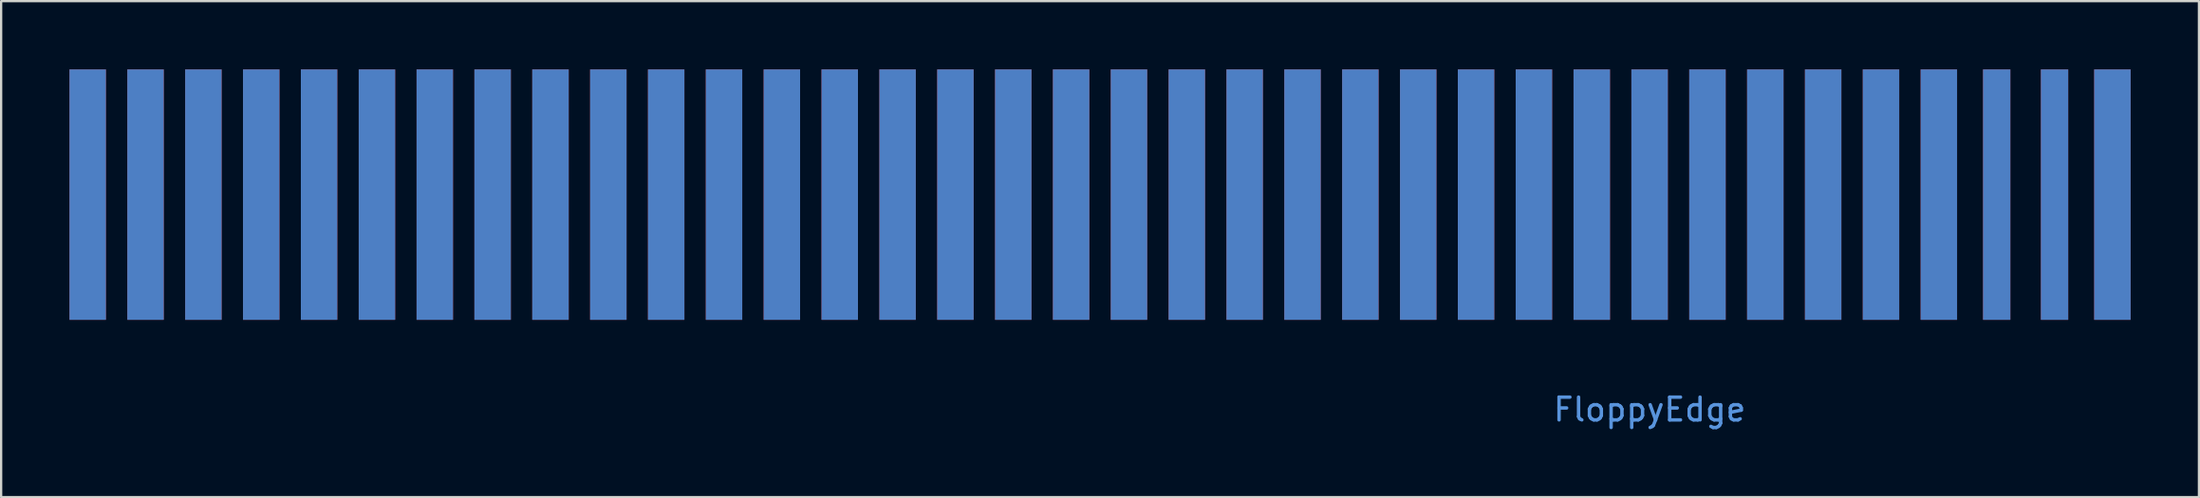
<source format=kicad_pcb>
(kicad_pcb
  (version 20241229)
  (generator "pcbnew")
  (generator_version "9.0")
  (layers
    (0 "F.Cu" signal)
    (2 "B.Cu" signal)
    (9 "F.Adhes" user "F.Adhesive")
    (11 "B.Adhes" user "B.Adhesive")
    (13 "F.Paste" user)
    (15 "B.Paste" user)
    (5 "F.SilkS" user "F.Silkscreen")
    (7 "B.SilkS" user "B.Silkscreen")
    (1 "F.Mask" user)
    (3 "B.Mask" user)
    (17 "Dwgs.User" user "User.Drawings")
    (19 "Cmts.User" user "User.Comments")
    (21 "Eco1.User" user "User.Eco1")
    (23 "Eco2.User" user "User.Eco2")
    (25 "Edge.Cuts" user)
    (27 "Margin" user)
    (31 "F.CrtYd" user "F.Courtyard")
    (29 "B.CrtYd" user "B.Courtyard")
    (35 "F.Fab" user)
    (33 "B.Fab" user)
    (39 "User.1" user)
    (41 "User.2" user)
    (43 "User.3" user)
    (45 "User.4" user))
  (footprint "FloppyEdge"
    (layer "F.Cu")
    (at 69.38 13.12)
    (property "Reference" "FloppyEdge" (at 0 1.821 0) (layer "Cmts.User") (effects (font (size 1 1) (thickness 0.15))))
    (attr smd)
    (pad "1" smd rect (at 20.32 -7.62) (size 1.6 11) (layers "F.Cu" "F.Mask" "F.Paste"))
    (pad "2" smd rect (at 20.32 -7.62) (size 1.6 11) (layers "B.Cu" "B.Mask" "B.Paste"))
    (pad "3" smd rect (at 17.78 -7.62) (size 1.2 11) (layers "F.Cu" "F.Mask" "F.Paste"))
    (pad "4" smd rect (at 17.78 -7.62) (size 1.2 11) (layers "B.Cu" "B.Mask" "B.Paste"))
    (pad "5" smd rect (at 15.24 -7.62) (size 1.2 11) (layers "F.Cu" "F.Mask" "F.Paste"))
    (pad "6" smd rect (at 15.24 -7.62) (size 1.2 11) (layers "B.Cu" "B.Mask" "B.Paste"))
    (pad "7" smd rect (at 12.7 -7.62) (size 1.6 11) (layers "F.Cu" "F.Mask" "F.Paste"))
    (pad "8" smd rect (at 12.7 -7.62) (size 1.6 11) (layers "B.Cu" "B.Mask" "B.Paste"))
    (pad "9" smd rect (at 10.16 -7.62) (size 1.6 11) (layers "F.Cu" "F.Mask" "F.Paste"))
    (pad "10" smd rect (at 10.16 -7.62) (size 1.6 11) (layers "B.Cu" "B.Mask" "B.Paste"))
    (pad "11" smd rect (at 7.62 -7.62) (size 1.6 11) (layers "F.Cu" "F.Mask" "F.Paste"))
    (pad "12" smd rect (at 7.62 -7.62) (size 1.6 11) (layers "B.Cu" "B.Mask" "B.Paste"))
    (pad "13" smd rect (at 5.08 -7.62) (size 1.6 11) (layers "F.Cu" "F.Mask" "F.Paste"))
    (pad "14" smd rect (at 5.08 -7.62) (size 1.6 11) (layers "B.Cu" "B.Mask" "B.Paste"))
    (pad "15" smd rect (at 2.54 -7.62) (size 1.6 11) (layers "F.Cu" "F.Mask" "F.Paste"))
    (pad "16" smd rect (at 2.54 -7.62) (size 1.6 11) (layers "B.Cu" "B.Mask" "B.Paste"))
    (pad "17" smd rect (at 0 -7.62) (size 1.6 11) (layers "F.Cu" "F.Mask" "F.Paste"))
    (pad "18" smd rect (at 0 -7.62) (size 1.6 11) (layers "B.Cu" "B.Mask" "B.Paste"))
    (pad "19" smd rect (at -2.54 -7.62) (size 1.6 11) (layers "F.Cu" "F.Mask" "F.Paste"))
    (pad "20" smd rect (at -2.54 -7.62) (size 1.6 11) (layers "B.Cu" "B.Mask" "B.Paste"))
    (pad "21" smd rect (at -5.08 -7.62) (size 1.6 11) (layers "F.Cu" "F.Mask" "F.Paste"))
    (pad "22" smd rect (at -5.08 -7.62) (size 1.6 11) (layers "B.Cu" "B.Mask" "B.Paste"))
    (pad "23" smd rect (at -7.62 -7.62) (size 1.6 11) (layers "F.Cu" "F.Mask" "F.Paste"))
    (pad "24" smd rect (at -7.62 -7.62) (size 1.6 11) (layers "B.Cu" "B.Mask" "B.Paste"))
    (pad "25" smd rect (at -10.16 -7.62) (size 1.6 11) (layers "F.Cu" "F.Mask" "F.Paste"))
    (pad "26" smd rect (at -10.16 -7.62) (size 1.6 11) (layers "B.Cu" "B.Mask" "B.Paste"))
    (pad "27" smd rect (at -12.7 -7.62) (size 1.6 11) (layers "F.Cu" "F.Mask" "F.Paste"))
    (pad "28" smd rect (at -12.7 -7.62) (size 1.6 11) (layers "B.Cu" "B.Mask" "B.Paste"))
    (pad "29" smd rect (at -15.24 -7.62) (size 1.6 11) (layers "F.Cu" "F.Mask" "F.Paste"))
    (pad "30" smd rect (at -15.24 -7.62) (size 1.6 11) (layers "B.Cu" "B.Mask" "B.Paste"))
    (pad "31" smd rect (at -17.78 -7.62) (size 1.6 11) (layers "F.Cu" "F.Mask" "F.Paste"))
    (pad "32" smd rect (at -17.78 -7.62) (size 1.6 11) (layers "B.Cu" "B.Mask" "B.Paste"))
    (pad "33" smd rect (at -20.32 -7.62) (size 1.6 11) (layers "F.Cu" "F.Mask" "F.Paste"))
    (pad "34" smd rect (at -20.32 -7.62) (size 1.6 11) (layers "B.Cu" "B.Mask" "B.Paste"))
    (pad "35" smd rect (at -22.86 -7.62) (size 1.6 11) (layers "F.Cu" "F.Mask" "F.Paste"))
    (pad "36" smd rect (at -22.86 -7.62) (size 1.6 11) (layers "B.Cu" "B.Mask" "B.Paste"))
    (pad "37" smd rect (at -25.4 -7.62) (size 1.6 11) (layers "F.Cu" "F.Mask" "F.Paste"))
    (pad "38" smd rect (at -25.4 -7.62) (size 1.6 11) (layers "B.Cu" "B.Mask" "B.Paste"))
    (pad "39" smd rect (at -27.94 -7.62) (size 1.6 11) (layers "F.Cu" "F.Mask" "F.Paste"))
    (pad "40" smd rect (at -27.94 -7.62) (size 1.6 11) (layers "B.Cu" "B.Mask" "B.Paste"))
    (pad "41" smd rect (at -30.48 -7.62) (size 1.6 11) (layers "F.Cu" "F.Mask" "F.Paste"))
    (pad "42" smd rect (at -30.48 -7.62) (size 1.6 11) (layers "B.Cu" "B.Mask" "B.Paste"))
    (pad "43" smd rect (at -33.02 -7.62) (size 1.6 11) (layers "F.Cu" "F.Mask" "F.Paste"))
    (pad "44" smd rect (at -33.02 -7.62) (size 1.6 11) (layers "B.Cu" "B.Mask" "B.Paste"))
    (pad "45" smd rect (at -35.56 -7.62) (size 1.6 11) (layers "F.Cu" "F.Mask" "F.Paste"))
    (pad "46" smd rect (at -35.56 -7.62) (size 1.6 11) (layers "B.Cu" "B.Mask" "B.Paste"))
    (pad "47" smd rect (at -38.1 -7.62) (size 1.6 11) (layers "F.Cu" "F.Mask" "F.Paste"))
    (pad "48" smd rect (at -38.1 -7.62) (size 1.6 11) (layers "B.Cu" "B.Mask" "B.Paste"))
    (pad "49" smd rect (at -40.64 -7.62) (size 1.6 11) (layers "F.Cu" "F.Mask" "F.Paste"))
    (pad "50" smd rect (at -40.64 -7.62) (size 1.6 11) (layers "B.Cu" "B.Mask" "B.Paste"))
    (pad "51" smd rect (at -43.18 -7.62) (size 1.6 11) (layers "F.Cu" "F.Mask" "F.Paste"))
    (pad "52" smd rect (at -43.18 -7.62) (size 1.6 11) (layers "B.Cu" "B.Mask" "B.Paste"))
    (pad "53" smd rect (at -45.72 -7.62) (size 1.6 11) (layers "F.Cu" "F.Mask" "F.Paste"))
    (pad "54" smd rect (at -45.72 -7.62) (size 1.6 11) (layers "B.Cu" "B.Mask" "B.Paste"))
    (pad "55" smd rect (at -48.26 -7.62) (size 1.6 11) (layers "F.Cu" "F.Mask" "F.Paste"))
    (pad "56" smd rect (at -48.26 -7.62) (size 1.6 11) (layers "B.Cu" "B.Mask" "B.Paste"))
    (pad "57" smd rect (at -50.8 -7.62) (size 1.6 11) (layers "F.Cu" "F.Mask" "F.Paste"))
    (pad "58" smd rect (at -50.8 -7.62) (size 1.6 11) (layers "B.Cu" "B.Mask" "B.Paste"))
    (pad "59" smd rect (at -53.34 -7.62) (size 1.6 11) (layers "F.Cu" "F.Mask" "F.Paste"))
    (pad "60" smd rect (at -53.34 -7.62) (size 1.6 11) (layers "B.Cu" "B.Mask" "B.Paste"))
    (pad "61" smd rect (at -55.88 -7.62) (size 1.6 11) (layers "F.Cu" "F.Mask" "F.Paste"))
    (pad "62" smd rect (at -55.88 -7.62) (size 1.6 11) (layers "B.Cu" "B.Mask" "B.Paste"))
    (pad "63" smd rect (at -58.42 -7.62) (size 1.6 11) (layers "F.Cu" "F.Mask" "F.Paste"))
    (pad "64" smd rect (at -58.42 -7.62) (size 1.6 11) (layers "B.Cu" "B.Mask" "B.Paste"))
    (pad "65" smd rect (at -60.96 -7.62) (size 1.6 11) (layers "F.Cu" "F.Mask" "F.Paste"))
    (pad "66" smd rect (at -60.96 -7.62) (size 1.6 11) (layers "B.Cu" "B.Mask" "B.Paste"))
    (pad "67" smd rect (at -63.5 -7.62) (size 1.6 11) (layers "F.Cu" "F.Mask" "F.Paste"))
    (pad "68" smd rect (at -63.5 -7.62) (size 1.6 11) (layers "B.Cu" "B.Mask" "B.Paste"))
    (pad "69" smd rect (at -66.04 -7.62) (size 1.6 11) (layers "F.Cu" "F.Mask" "F.Paste"))
    (pad "70" smd rect (at -66.04 -7.62) (size 1.6 11) (layers "B.Cu" "B.Mask" "B.Paste"))
    (pad "71" smd rect (at -68.58 -7.62) (size 1.6 11) (layers "F.Cu" "F.Mask" "F.Paste"))
    (pad "72" smd rect (at -68.58 -7.62) (size 1.6 11) (layers "B.Cu" "B.Mask" "B.Paste")))
  (gr_rect
    (start -3 -3)
    (end 93.5 18.789)
    (stroke (width 0.1) (type default))
    (fill no)
    (layer "Edge.Cuts")))
</source>
